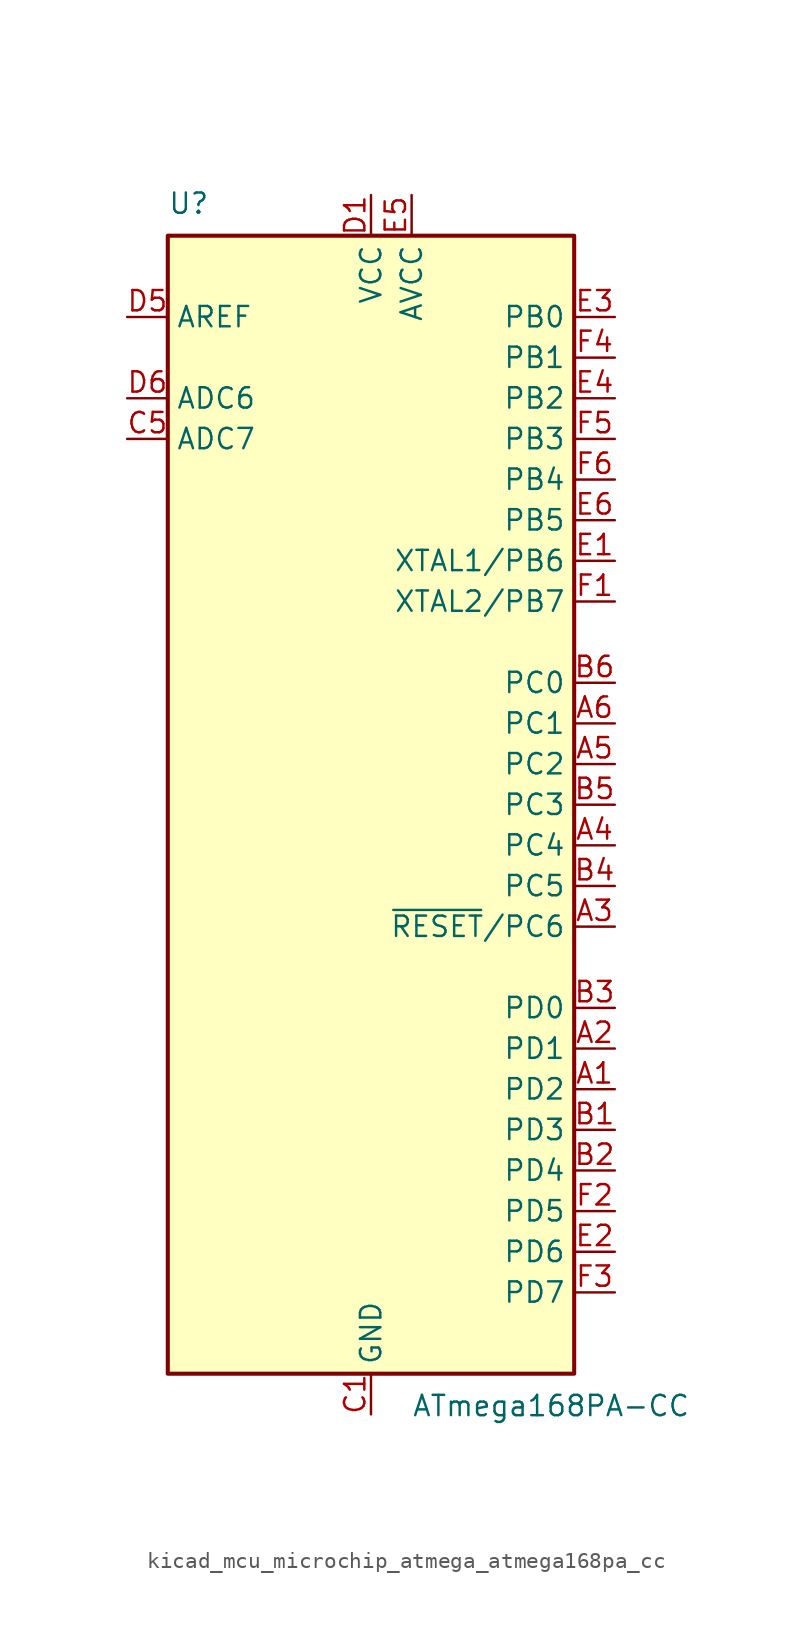
<source format=kicad_sym>
(kicad_symbol_lib
  (version 20220914)
  (generator kicad_symbol_editor)
  (symbol "kicad_mcu_microchip_atmega_atmega168pa_cc"
    (property "Reference" "U"
      (at -12.7 36.83 0)
      (effects (font (size 1.27 1.27)) (justify left bottom)))
    (property "Value" "ATmega168PA-CC"
      (at 2.54 -36.83 0)
      (effects (font (size 1.27 1.27)) (justify left top)))
    (symbol "kicad_mcu_microchip_atmega_atmega168pa_cc_0_1"
      (rectangle (start -12.7 -35.56) (end 12.7 35.56) (stroke (width 0.254) (type default)) (fill (type background))))
    (symbol "kicad_mcu_microchip_atmega_atmega168pa_cc_1_1"
      (pin bidirectional line (at 15.24 -17.78 180) (length 2.54) (name "PD2" (effects (font (size 1.27 1.27)))) (number "A1" (effects (font (size 1.27 1.27)))))
      (pin bidirectional line (at 15.24 -15.24 180) (length 2.54) (name "PD1" (effects (font (size 1.27 1.27)))) (number "A2" (effects (font (size 1.27 1.27)))))
      (pin bidirectional line (at 15.24 -7.62 180) (length 2.54) (name "~{RESET}/PC6" (effects (font (size 1.27 1.27)))) (number "A3" (effects (font (size 1.27 1.27)))))
      (pin bidirectional line (at 15.24 -2.54 180) (length 2.54) (name "PC4" (effects (font (size 1.27 1.27)))) (number "A4" (effects (font (size 1.27 1.27)))))
      (pin bidirectional line (at 15.24 2.54 180) (length 2.54) (name "PC2" (effects (font (size 1.27 1.27)))) (number "A5" (effects (font (size 1.27 1.27)))))
      (pin bidirectional line (at 15.24 5.08 180) (length 2.54) (name "PC1" (effects (font (size 1.27 1.27)))) (number "A6" (effects (font (size 1.27 1.27)))))
      (pin bidirectional line (at 15.24 -20.32 180) (length 2.54) (name "PD3" (effects (font (size 1.27 1.27)))) (number "B1" (effects (font (size 1.27 1.27)))))
      (pin bidirectional line (at 15.24 -22.86 180) (length 2.54) (name "PD4" (effects (font (size 1.27 1.27)))) (number "B2" (effects (font (size 1.27 1.27)))))
      (pin bidirectional line (at 15.24 -12.7 180) (length 2.54) (name "PD0" (effects (font (size 1.27 1.27)))) (number "B3" (effects (font (size 1.27 1.27)))))
      (pin bidirectional line (at 15.24 -5.08 180) (length 2.54) (name "PC5" (effects (font (size 1.27 1.27)))) (number "B4" (effects (font (size 1.27 1.27)))))
      (pin bidirectional line (at 15.24 0 180) (length 2.54) (name "PC3" (effects (font (size 1.27 1.27)))) (number "B5" (effects (font (size 1.27 1.27)))))
      (pin bidirectional line (at 15.24 7.62 180) (length 2.54) (name "PC0" (effects (font (size 1.27 1.27)))) (number "B6" (effects (font (size 1.27 1.27)))))
      (pin power_in line (at 0 -38.1 90) (length 2.54) (name "GND" (effects (font (size 1.27 1.27)))) (number "C1" (effects (font (size 1.27 1.27)))))
      (pin passive line (at 0 -38.1 90) (length 2.54) hide (name "GND" (effects (font (size 1.27 1.27)))) (number "C2" (effects (font (size 1.27 1.27)))))
      (pin input line (at -15.24 22.86 0) (length 2.54) (name "ADC7" (effects (font (size 1.27 1.27)))) (number "C5" (effects (font (size 1.27 1.27)))))
      (pin passive line (at 0 -38.1 90) (length 2.54) hide (name "GND" (effects (font (size 1.27 1.27)))) (number "C6" (effects (font (size 1.27 1.27)))))
      (pin power_in line (at 0 38.1 270) (length 2.54) (name "VCC" (effects (font (size 1.27 1.27)))) (number "D1" (effects (font (size 1.27 1.27)))))
      (pin passive line (at 0 38.1 270) (length 2.54) hide (name "VCC" (effects (font (size 1.27 1.27)))) (number "D2" (effects (font (size 1.27 1.27)))))
      (pin passive line (at -15.24 30.48 0) (length 2.54) (name "AREF" (effects (font (size 1.27 1.27)))) (number "D5" (effects (font (size 1.27 1.27)))))
      (pin input line (at -15.24 25.4 0) (length 2.54) (name "ADC6" (effects (font (size 1.27 1.27)))) (number "D6" (effects (font (size 1.27 1.27)))))
      (pin bidirectional line (at 15.24 15.24 180) (length 2.54) (name "XTAL1/PB6" (effects (font (size 1.27 1.27)))) (number "E1" (effects (font (size 1.27 1.27)))))
      (pin bidirectional line (at 15.24 -27.94 180) (length 2.54) (name "PD6" (effects (font (size 1.27 1.27)))) (number "E2" (effects (font (size 1.27 1.27)))))
      (pin bidirectional line (at 15.24 30.48 180) (length 2.54) (name "PB0" (effects (font (size 1.27 1.27)))) (number "E3" (effects (font (size 1.27 1.27)))))
      (pin bidirectional line (at 15.24 25.4 180) (length 2.54) (name "PB2" (effects (font (size 1.27 1.27)))) (number "E4" (effects (font (size 1.27 1.27)))))
      (pin power_in line (at 2.54 38.1 270) (length 2.54) (name "AVCC" (effects (font (size 1.27 1.27)))) (number "E5" (effects (font (size 1.27 1.27)))))
      (pin bidirectional line (at 15.24 17.78 180) (length 2.54) (name "PB5" (effects (font (size 1.27 1.27)))) (number "E6" (effects (font (size 1.27 1.27)))))
      (pin bidirectional line (at 15.24 12.7 180) (length 2.54) (name "XTAL2/PB7" (effects (font (size 1.27 1.27)))) (number "F1" (effects (font (size 1.27 1.27)))))
      (pin bidirectional line (at 15.24 -25.4 180) (length 2.54) (name "PD5" (effects (font (size 1.27 1.27)))) (number "F2" (effects (font (size 1.27 1.27)))))
      (pin bidirectional line (at 15.24 -30.48 180) (length 2.54) (name "PD7" (effects (font (size 1.27 1.27)))) (number "F3" (effects (font (size 1.27 1.27)))))
      (pin bidirectional line (at 15.24 27.94 180) (length 2.54) (name "PB1" (effects (font (size 1.27 1.27)))) (number "F4" (effects (font (size 1.27 1.27)))))
      (pin bidirectional line (at 15.24 22.86 180) (length 2.54) (name "PB3" (effects (font (size 1.27 1.27)))) (number "F5" (effects (font (size 1.27 1.27)))))
      (pin bidirectional line (at 15.24 20.32 180) (length 2.54) (name "PB4" (effects (font (size 1.27 1.27)))) (number "F6" (effects (font (size 1.27 1.27))))))))
</source>
